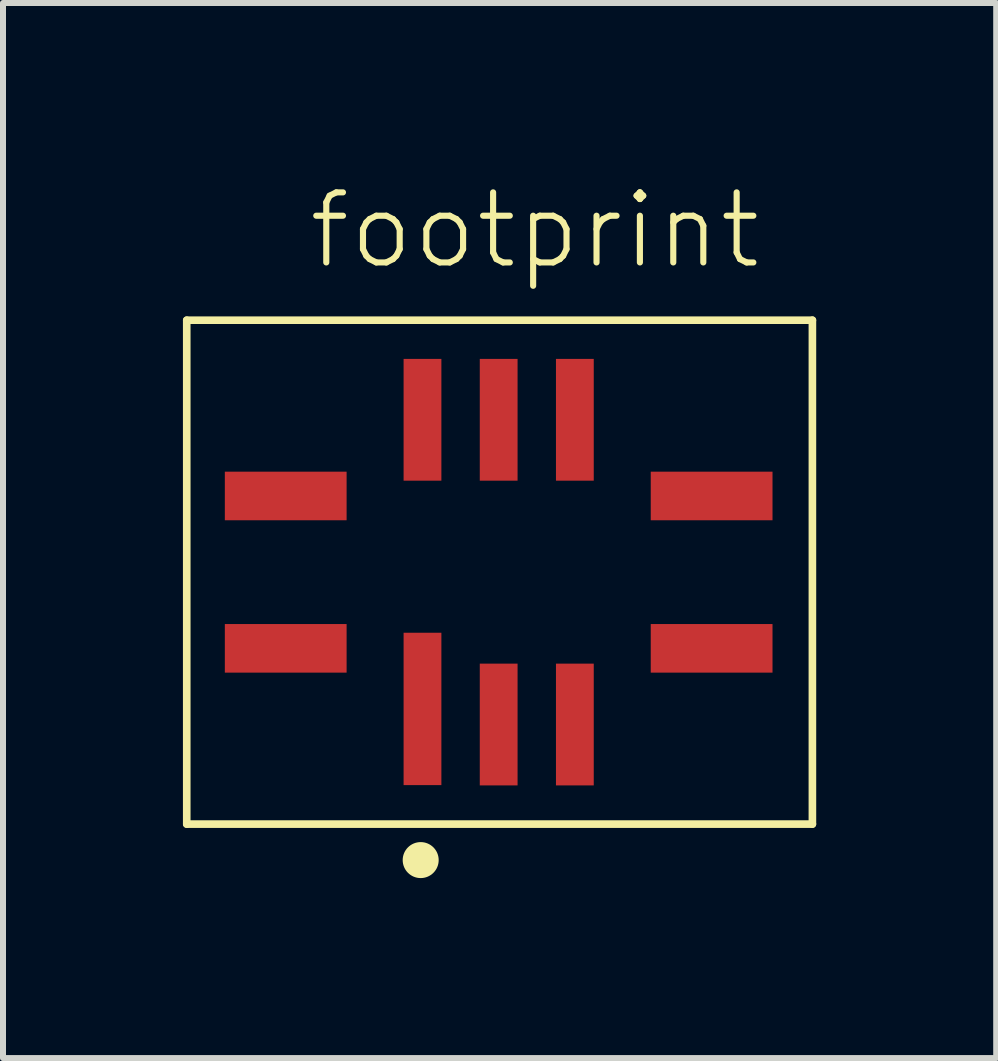
<source format=kicad_pcb>
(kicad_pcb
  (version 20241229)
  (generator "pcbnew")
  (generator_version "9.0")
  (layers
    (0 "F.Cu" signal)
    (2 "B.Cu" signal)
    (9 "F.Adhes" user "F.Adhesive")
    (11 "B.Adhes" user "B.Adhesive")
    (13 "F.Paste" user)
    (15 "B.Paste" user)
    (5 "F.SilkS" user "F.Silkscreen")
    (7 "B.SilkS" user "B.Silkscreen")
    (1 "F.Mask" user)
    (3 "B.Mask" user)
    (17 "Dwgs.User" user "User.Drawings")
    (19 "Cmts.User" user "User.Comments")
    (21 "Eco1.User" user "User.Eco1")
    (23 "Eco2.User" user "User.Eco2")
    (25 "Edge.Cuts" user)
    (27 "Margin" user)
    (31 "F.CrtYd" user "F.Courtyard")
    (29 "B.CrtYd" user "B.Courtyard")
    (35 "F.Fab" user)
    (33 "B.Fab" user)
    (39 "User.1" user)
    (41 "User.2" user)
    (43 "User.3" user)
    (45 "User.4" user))
  (footprint "footprint"
    (layer "F.Cu")
    (at 5.263 6.488)
    (property "Reference" "footprint" (at -3.219 -5.015 0) (layer "F.SilkS") (effects (font (size 1.168 1.168) (thickness 0.102)) (justify left bottom)))
    (fp_line (start -5.2 -4.2) (end -5.2 4.2) (stroke (width 0.127) (type solid)) (layer "F.SilkS"))
    (fp_line (start -5.2 -4.2) (end 5.23 -4.2) (stroke (width 0.127) (type solid)) (layer "F.SilkS"))
    (fp_line (start 5.23 -4.2) (end 5.23 4.2) (stroke (width 0.127) (type solid)) (layer "F.SilkS"))
    (fp_line (start 5.23 4.2) (end -5.2 4.2) (stroke (width 0.127) (type solid)) (layer "F.SilkS"))
    (fp_circle (center -1.3 4.8) (end -1.15 4.8) (stroke (width 0.3) (type solid)) (fill yes) (layer "F.SilkS"))
    (pad "1" smd rect (at -1.27 2.28 270) (size 2.54 0.63) (layers "F.Cu" "F.Mask" "F.Paste"))
    (pad "2" smd rect (at 0 2.54 270) (size 2.03 0.63) (layers "F.Cu" "F.Mask" "F.Paste"))
    (pad "3" smd rect (at 1.27 2.54 270) (size 2.03 0.63) (layers "F.Cu" "F.Mask" "F.Paste"))
    (pad "4" smd rect (at 3.55 1.27) (size 2.03 0.81) (layers "F.Cu" "F.Mask" "F.Paste"))
    (pad "5" smd rect (at 3.55 -1.27 180) (size 2.03 0.81) (layers "F.Cu" "F.Mask" "F.Paste"))
    (pad "6" smd rect (at 1.27 -2.54 90) (size 2.03 0.63) (layers "F.Cu" "F.Mask" "F.Paste"))
    (pad "7" smd rect (at 0 -2.54 90) (size 2.03 0.63) (layers "F.Cu" "F.Mask" "F.Paste"))
    (pad "8" smd rect (at -1.27 -2.54 90) (size 2.03 0.63) (layers "F.Cu" "F.Mask" "F.Paste"))
    (pad "9" smd rect (at -3.55 -1.27 180) (size 2.03 0.81) (layers "F.Cu" "F.Mask" "F.Paste"))
    (pad "10" smd rect (at -3.55 1.27) (size 2.03 0.81) (layers "F.Cu" "F.Mask" "F.Paste")))
  (gr_rect
    (start -3 -3)
    (end 13.557 14.588)
    (stroke (width 0.1) (type default))
    (fill no)
    (layer "Edge.Cuts")))
</source>
